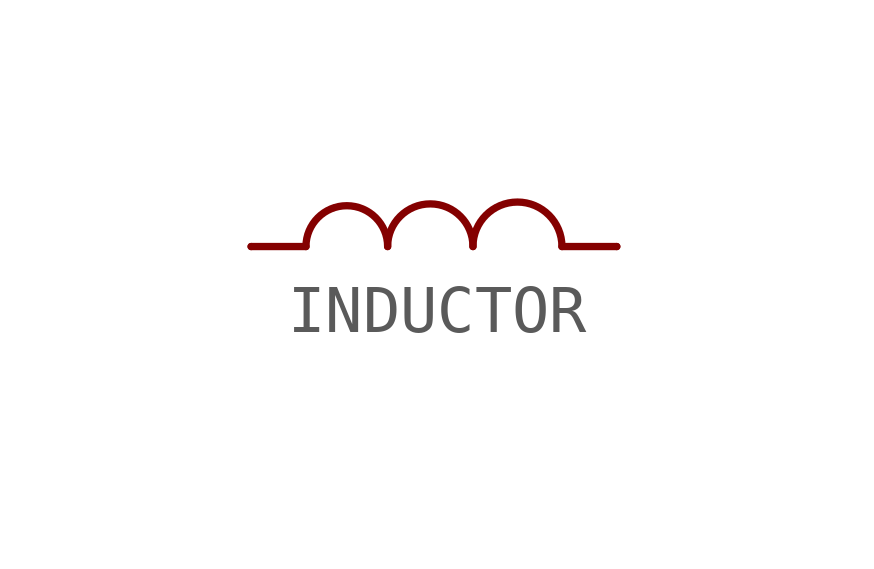
<source format=kicad_sym>
(kicad_symbol_lib
  (version 20231120)
  (generator "kicad_symbol_editor")
  (generator_version "8.0")
  (symbol "INDUCTOR"
    (property "Reference" ""
      (at -1.384 0.94 0)
      (effects (font (size 1.016 0.864)) (justify left bottom) (hide yes)))
    (property "ki_locked" ""
      (at 0 0 0)
      (effects (font (size 1.27 1.27))))
    (symbol "INDUCTOR_1_0"
      (polyline (pts (xy -2.54 0) (xy -1.397 0)) (stroke (width 0.152) (type solid)) (fill (type none)))
      (polyline (pts (xy 3.937 0) (xy 5.08 0)) (stroke (width 0.152) (type solid)) (fill (type none)))
      (arc (start 0.3048 0) (mid -0.5461 0.8509) (end -1.397 0) (stroke (width 0.1524) (type solid)) (fill (type none)))
      (arc (start 2.0828 0) (mid 1.1938 0.889) (end 0.3048 0) (stroke (width 0.1524) (type solid)) (fill (type none)))
      (arc (start 3.937 0) (mid 3.0099 0.9271) (end 2.0828 0) (stroke (width 0.1524) (type solid)) (fill (type none)))
      (pin bidirectional line (at -2.54 0 0) (length 0) (name "P$1" (effects (font (size 0 0)))) (number "P$1" (effects (font (size 0 0)))))
      (pin bidirectional line (at 5.08 0 0) (length 0) (name "P$2" (effects (font (size 0 0)))) (number "P$2" (effects (font (size 0 0))))))))
</source>
